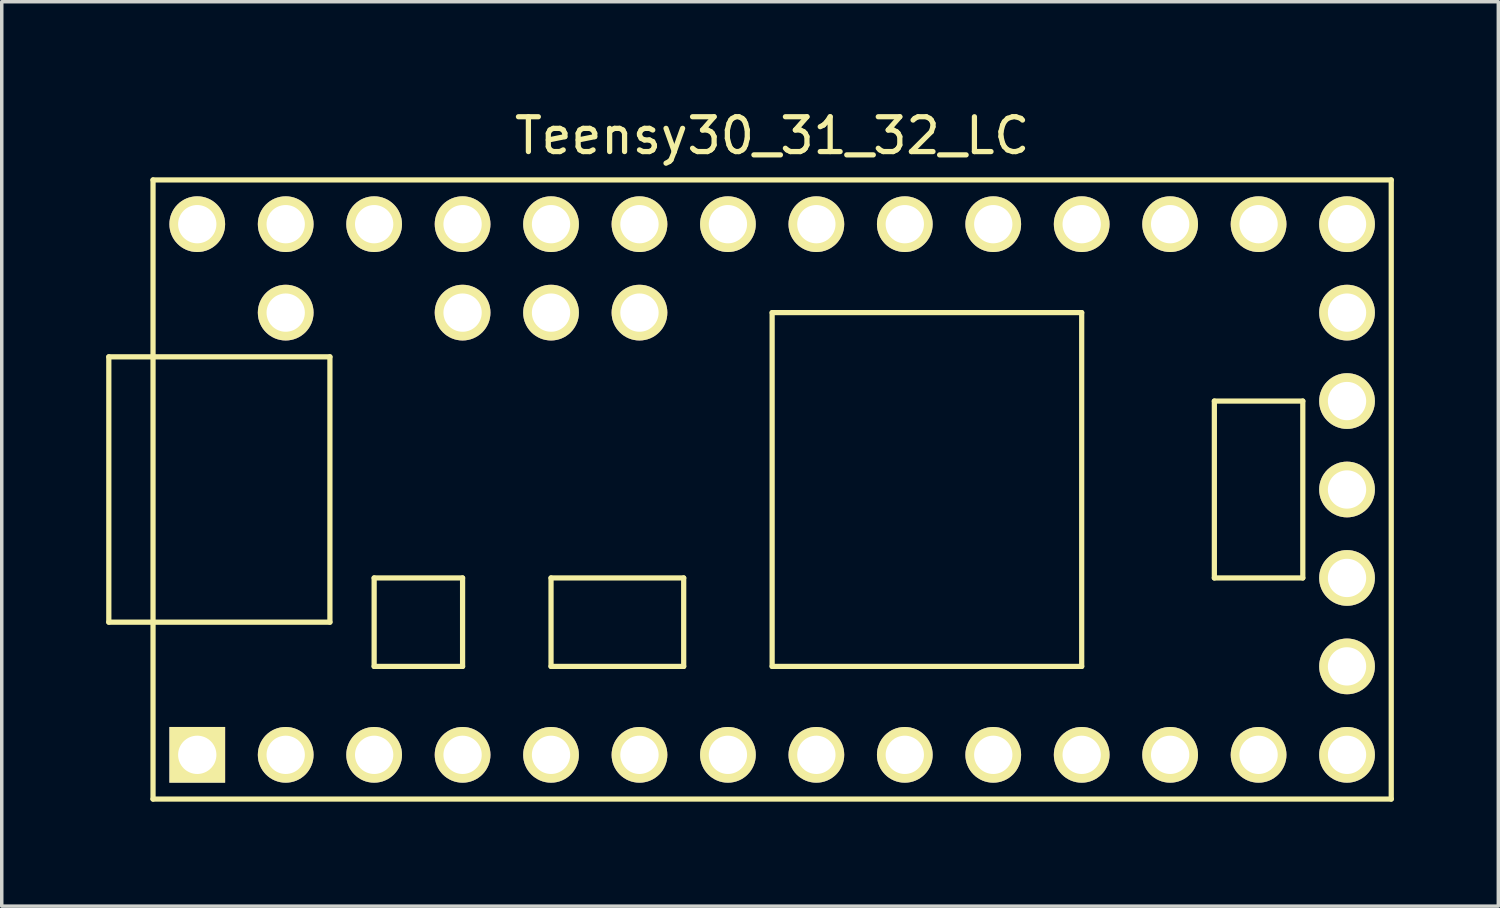
<source format=kicad_pcb>
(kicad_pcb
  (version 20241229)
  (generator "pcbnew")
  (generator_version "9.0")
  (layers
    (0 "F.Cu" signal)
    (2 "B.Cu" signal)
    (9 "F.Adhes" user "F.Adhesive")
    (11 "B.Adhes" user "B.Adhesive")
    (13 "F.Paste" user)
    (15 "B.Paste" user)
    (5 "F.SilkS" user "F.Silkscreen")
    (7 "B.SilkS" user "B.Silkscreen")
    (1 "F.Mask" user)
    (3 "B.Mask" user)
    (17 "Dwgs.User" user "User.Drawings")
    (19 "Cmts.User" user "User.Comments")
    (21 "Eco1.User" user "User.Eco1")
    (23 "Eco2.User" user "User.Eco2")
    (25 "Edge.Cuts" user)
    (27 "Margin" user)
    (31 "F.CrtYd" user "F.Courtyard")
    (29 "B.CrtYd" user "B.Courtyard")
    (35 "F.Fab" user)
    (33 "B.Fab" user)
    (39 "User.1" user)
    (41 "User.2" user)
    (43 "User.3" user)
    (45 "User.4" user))
  (footprint "Teensy30_31_32_LC"
    (layer "F.Cu")
    (at 19.125 11.008)
    (property "Reference" "Teensy30_31_32_LC" (at 0 -10.16 0) (layer "F.SilkS") (effects (font (size 1 1) (thickness 0.15))))
    (attr through_hole)
    (fp_line (start -19.05 -3.81) (end -17.78 -3.81) (stroke (width 0.15) (type solid)) (layer "F.SilkS"))
    (fp_line (start -19.05 3.81) (end -19.05 -3.81) (stroke (width 0.15) (type solid)) (layer "F.SilkS"))
    (fp_line (start -17.78 -8.89) (end 17.78 -8.89) (stroke (width 0.15) (type solid)) (layer "F.SilkS"))
    (fp_line (start -17.78 3.81) (end -19.05 3.81) (stroke (width 0.15) (type solid)) (layer "F.SilkS"))
    (fp_line (start -17.78 8.89) (end -17.78 -8.89) (stroke (width 0.15) (type solid)) (layer "F.SilkS"))
    (fp_line (start -12.7 -3.81) (end -17.78 -3.81) (stroke (width 0.15) (type solid)) (layer "F.SilkS"))
    (fp_line (start -12.7 3.81) (end -17.78 3.81) (stroke (width 0.15) (type solid)) (layer "F.SilkS"))
    (fp_line (start -12.7 3.81) (end -12.7 -3.81) (stroke (width 0.15) (type solid)) (layer "F.SilkS"))
    (fp_line (start -11.43 2.54) (end -11.43 5.08) (stroke (width 0.15) (type solid)) (layer "F.SilkS"))
    (fp_line (start -11.43 5.08) (end -8.89 5.08) (stroke (width 0.15) (type solid)) (layer "F.SilkS"))
    (fp_line (start -8.89 2.54) (end -11.43 2.54) (stroke (width 0.15) (type solid)) (layer "F.SilkS"))
    (fp_line (start -8.89 5.08) (end -8.89 2.54) (stroke (width 0.15) (type solid)) (layer "F.SilkS"))
    (fp_line (start -6.35 2.54) (end -6.35 5.08) (stroke (width 0.15) (type solid)) (layer "F.SilkS"))
    (fp_line (start -6.35 5.08) (end -2.54 5.08) (stroke (width 0.15) (type solid)) (layer "F.SilkS"))
    (fp_line (start -2.54 2.54) (end -6.35 2.54) (stroke (width 0.15) (type solid)) (layer "F.SilkS"))
    (fp_line (start -2.54 5.08) (end -2.54 2.54) (stroke (width 0.15) (type solid)) (layer "F.SilkS"))
    (fp_line (start 0 -5.08) (end 0 5.08) (stroke (width 0.15) (type solid)) (layer "F.SilkS"))
    (fp_line (start 8.89 -5.08) (end 0 -5.08) (stroke (width 0.15) (type solid)) (layer "F.SilkS"))
    (fp_line (start 8.89 5.08) (end 0 5.08) (stroke (width 0.15) (type solid)) (layer "F.SilkS"))
    (fp_line (start 8.89 5.08) (end 8.89 -5.08) (stroke (width 0.15) (type solid)) (layer "F.SilkS"))
    (fp_line (start 12.7 -2.54) (end 15.24 -2.54) (stroke (width 0.15) (type solid)) (layer "F.SilkS"))
    (fp_line (start 12.7 2.54) (end 12.7 -2.54) (stroke (width 0.15) (type solid)) (layer "F.SilkS"))
    (fp_line (start 15.24 -2.54) (end 15.24 2.54) (stroke (width 0.15) (type solid)) (layer "F.SilkS"))
    (fp_line (start 15.24 2.54) (end 12.7 2.54) (stroke (width 0.15) (type solid)) (layer "F.SilkS"))
    (fp_line (start 17.78 -8.89) (end 17.78 8.89) (stroke (width 0.15) (type solid)) (layer "F.SilkS"))
    (fp_line (start 17.78 8.89) (end -17.78 8.89) (stroke (width 0.15) (type solid)) (layer "F.SilkS"))
    (pad "1" thru_hole rect (at -16.51 7.62) (size 1.6 1.6) (drill 1.1) (layers "*.Cu" "*.Mask" "F.SilkS"))
    (pad "2" thru_hole circle (at -13.97 7.62) (size 1.6 1.6) (drill 1.1) (layers "*.Cu" "*.Mask" "F.SilkS"))
    (pad "3" thru_hole circle (at -11.43 7.62) (size 1.6 1.6) (drill 1.1) (layers "*.Cu" "*.Mask" "F.SilkS"))
    (pad "4" thru_hole circle (at -8.89 7.62) (size 1.6 1.6) (drill 1.1) (layers "*.Cu" "*.Mask" "F.SilkS"))
    (pad "5" thru_hole circle (at -6.35 7.62) (size 1.6 1.6) (drill 1.1) (layers "*.Cu" "*.Mask" "F.SilkS"))
    (pad "6" thru_hole circle (at -3.81 7.62) (size 1.6 1.6) (drill 1.1) (layers "*.Cu" "*.Mask" "F.SilkS"))
    (pad "7" thru_hole circle (at -1.27 7.62) (size 1.6 1.6) (drill 1.1) (layers "*.Cu" "*.Mask" "F.SilkS"))
    (pad "8" thru_hole circle (at 1.27 7.62) (size 1.6 1.6) (drill 1.1) (layers "*.Cu" "*.Mask" "F.SilkS"))
    (pad "9" thru_hole circle (at 3.81 7.62) (size 1.6 1.6) (drill 1.1) (layers "*.Cu" "*.Mask" "F.SilkS"))
    (pad "10" thru_hole circle (at 6.35 7.62) (size 1.6 1.6) (drill 1.1) (layers "*.Cu" "*.Mask" "F.SilkS"))
    (pad "11" thru_hole circle (at 8.89 7.62) (size 1.6 1.6) (drill 1.1) (layers "*.Cu" "*.Mask" "F.SilkS"))
    (pad "12" thru_hole circle (at 11.43 7.62) (size 1.6 1.6) (drill 1.1) (layers "*.Cu" "*.Mask" "F.SilkS"))
    (pad "13" thru_hole circle (at 13.97 7.62) (size 1.6 1.6) (drill 1.1) (layers "*.Cu" "*.Mask" "F.SilkS"))
    (pad "14" thru_hole circle (at 16.51 7.62) (size 1.6 1.6) (drill 1.1) (layers "*.Cu" "*.Mask" "F.SilkS"))
    (pad "15" thru_hole circle (at 16.51 5.08) (size 1.6 1.6) (drill 1.1) (layers "*.Cu" "*.Mask" "F.SilkS"))
    (pad "16" thru_hole circle (at 16.51 2.54) (size 1.6 1.6) (drill 1.1) (layers "*.Cu" "*.Mask" "F.SilkS"))
    (pad "17" thru_hole circle (at 16.51 0) (size 1.6 1.6) (drill 1.1) (layers "*.Cu" "*.Mask" "F.SilkS"))
    (pad "18" thru_hole circle (at 16.51 -2.54) (size 1.6 1.6) (drill 1.1) (layers "*.Cu" "*.Mask" "F.SilkS"))
    (pad "19" thru_hole circle (at 16.51 -5.08) (size 1.6 1.6) (drill 1.1) (layers "*.Cu" "*.Mask" "F.SilkS"))
    (pad "20" thru_hole circle (at 16.51 -7.62) (size 1.6 1.6) (drill 1.1) (layers "*.Cu" "*.Mask" "F.SilkS"))
    (pad "21" thru_hole circle (at 13.97 -7.62) (size 1.6 1.6) (drill 1.1) (layers "*.Cu" "*.Mask" "F.SilkS"))
    (pad "22" thru_hole circle (at 11.43 -7.62) (size 1.6 1.6) (drill 1.1) (layers "*.Cu" "*.Mask" "F.SilkS"))
    (pad "23" thru_hole circle (at 8.89 -7.62) (size 1.6 1.6) (drill 1.1) (layers "*.Cu" "*.Mask" "F.SilkS"))
    (pad "24" thru_hole circle (at 6.35 -7.62) (size 1.6 1.6) (drill 1.1) (layers "*.Cu" "*.Mask" "F.SilkS"))
    (pad "25" thru_hole circle (at 3.81 -7.62) (size 1.6 1.6) (drill 1.1) (layers "*.Cu" "*.Mask" "F.SilkS"))
    (pad "26" thru_hole circle (at 1.27 -7.62) (size 1.6 1.6) (drill 1.1) (layers "*.Cu" "*.Mask" "F.SilkS"))
    (pad "27" thru_hole circle (at -1.27 -7.62) (size 1.6 1.6) (drill 1.1) (layers "*.Cu" "*.Mask" "F.SilkS"))
    (pad "28" thru_hole circle (at -3.81 -7.62) (size 1.6 1.6) (drill 1.1) (layers "*.Cu" "*.Mask" "F.SilkS"))
    (pad "29" thru_hole circle (at -6.35 -7.62) (size 1.6 1.6) (drill 1.1) (layers "*.Cu" "*.Mask" "F.SilkS"))
    (pad "30" thru_hole circle (at -8.89 -7.62) (size 1.6 1.6) (drill 1.1) (layers "*.Cu" "*.Mask" "F.SilkS"))
    (pad "31" thru_hole circle (at -11.43 -7.62) (size 1.6 1.6) (drill 1.1) (layers "*.Cu" "*.Mask" "F.SilkS"))
    (pad "32" thru_hole circle (at -13.97 -7.62) (size 1.6 1.6) (drill 1.1) (layers "*.Cu" "*.Mask" "F.SilkS"))
    (pad "33" thru_hole circle (at -16.51 -7.62) (size 1.6 1.6) (drill 1.1) (layers "*.Cu" "*.Mask" "F.SilkS"))
    (pad "34" thru_hole circle (at -13.97 -5.08) (size 1.6 1.6) (drill 1.1) (layers "*.Cu" "*.Mask" "F.SilkS"))
    (pad "35" thru_hole circle (at -8.89 -5.08) (size 1.6 1.6) (drill 1.1) (layers "*.Cu" "*.Mask" "F.SilkS"))
    (pad "36" thru_hole circle (at -6.35 -5.08) (size 1.6 1.6) (drill 1.1) (layers "*.Cu" "*.Mask" "F.SilkS"))
    (pad "37" thru_hole circle (at -3.81 -5.08) (size 1.6 1.6) (drill 1.1) (layers "*.Cu" "*.Mask" "F.SilkS")))
  (gr_rect
    (start -3 -3)
    (end 39.98 22.973)
    (stroke (width 0.1) (type default))
    (fill no)
    (layer "Edge.Cuts")))
</source>
